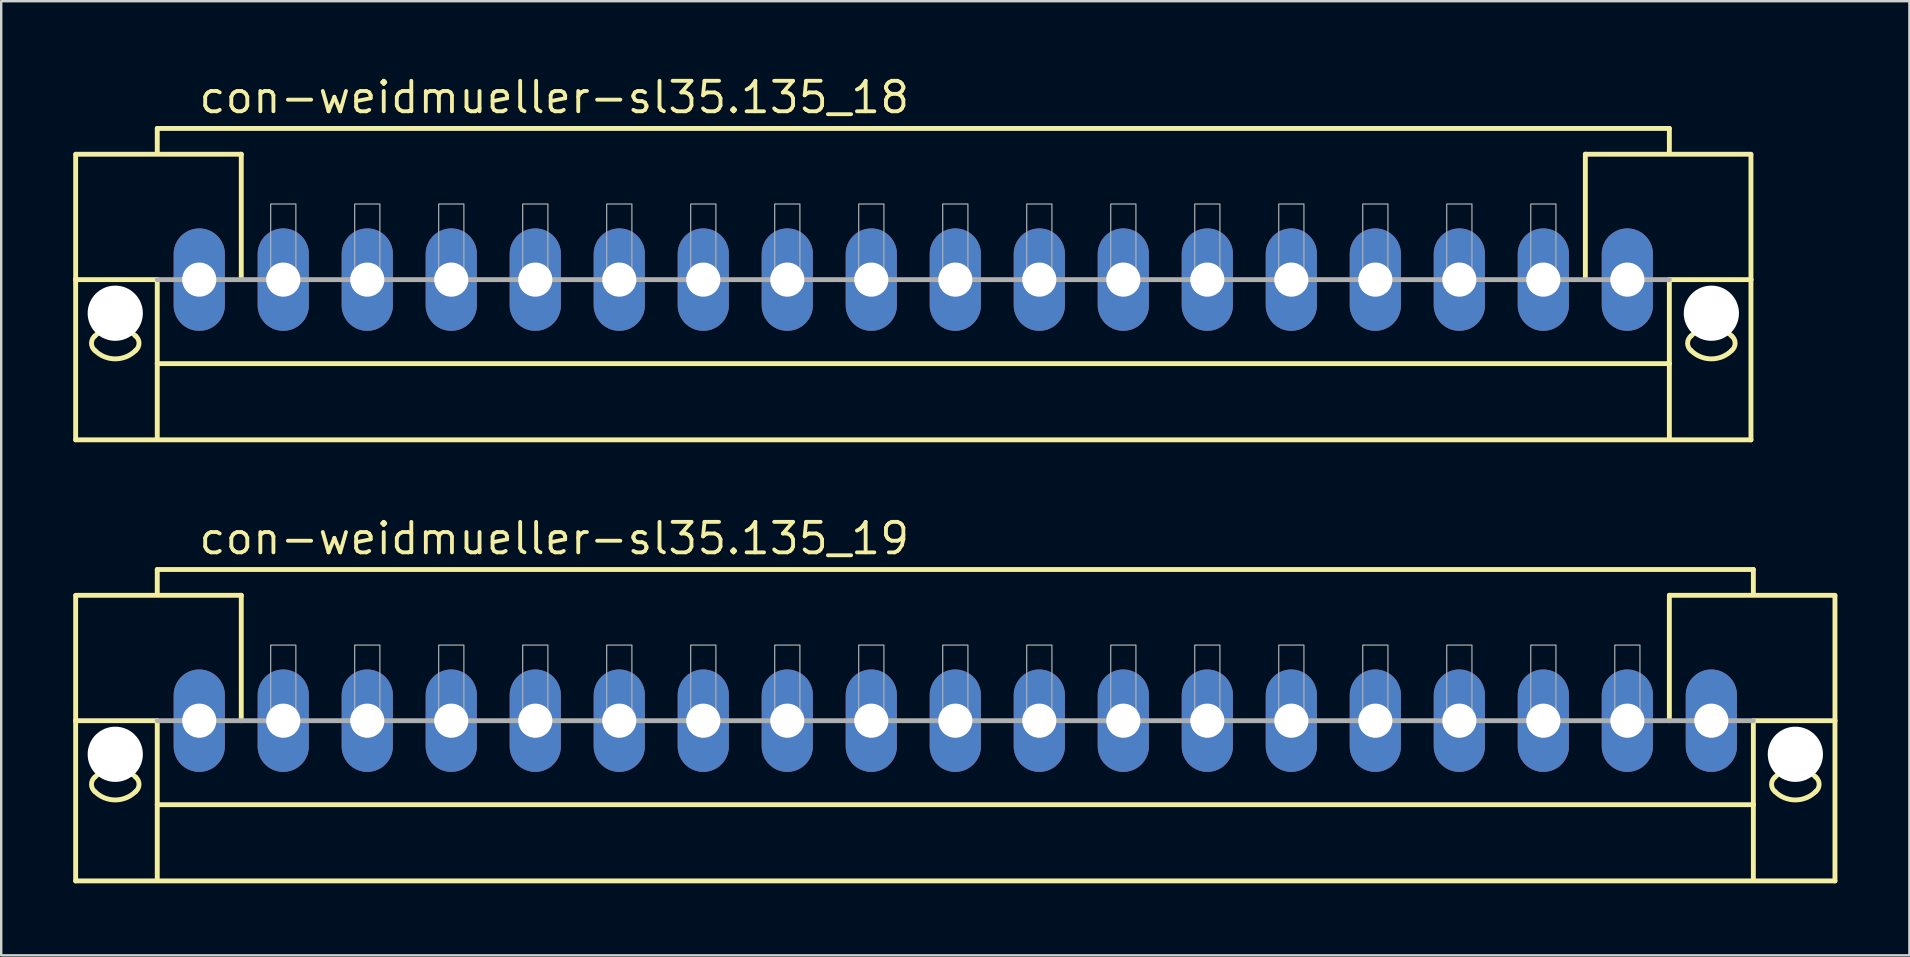
<source format=kicad_pcb>
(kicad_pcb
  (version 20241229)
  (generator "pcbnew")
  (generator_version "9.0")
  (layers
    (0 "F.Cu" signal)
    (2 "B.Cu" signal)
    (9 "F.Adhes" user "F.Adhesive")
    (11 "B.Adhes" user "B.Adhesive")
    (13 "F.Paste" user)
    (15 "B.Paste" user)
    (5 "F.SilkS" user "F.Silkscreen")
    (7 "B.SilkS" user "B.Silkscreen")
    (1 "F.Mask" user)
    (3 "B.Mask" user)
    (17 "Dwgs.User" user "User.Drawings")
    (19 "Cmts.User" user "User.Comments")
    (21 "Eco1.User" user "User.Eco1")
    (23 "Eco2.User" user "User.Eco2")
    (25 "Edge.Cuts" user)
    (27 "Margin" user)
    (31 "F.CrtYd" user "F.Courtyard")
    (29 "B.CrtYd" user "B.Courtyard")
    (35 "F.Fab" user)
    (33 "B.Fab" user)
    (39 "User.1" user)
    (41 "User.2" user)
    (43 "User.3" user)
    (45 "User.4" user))
  (footprint "con-weidmueller-sl35.135_18"
    (layer "F.Cu")
    (at 35.002 8.6)
    (property "Reference" "con-weidmueller-sl35.135_18" (at -29.85 -6.85 0) (layer "F.SilkS") (effects (font (size 1.27 1.27) (thickness 0.16)) (justify left bottom)))
    (attr through_hole)
    (fp_line (start -34.9 -5.225) (end -28 -5.225) (stroke (width 0.203) (type default)) (layer "F.SilkS"))
    (fp_line (start -34.9 -5.2) (end -34.9 0) (stroke (width 0.203) (type default)) (layer "F.SilkS"))
    (fp_line (start -34.9 0) (end -34.9 6.675) (stroke (width 0.203) (type default)) (layer "F.SilkS"))
    (fp_line (start -34.9 0) (end -31.5 0) (stroke (width 0.203) (type default)) (layer "F.SilkS"))
    (fp_line (start -34.9 6.675) (end 34.9 6.675) (stroke (width 0.203) (type default)) (layer "F.SilkS"))
    (fp_line (start -31.5 -6.3) (end 31.5 -6.3) (stroke (width 0.203) (type default)) (layer "F.SilkS"))
    (fp_line (start -31.5 -5.3) (end -31.5 -6.3) (stroke (width 0.203) (type default)) (layer "F.SilkS"))
    (fp_line (start -31.5 0) (end -31.5 3.5) (stroke (width 0.203) (type default)) (layer "F.SilkS"))
    (fp_line (start -31.5 3.5) (end 31.5 3.5) (stroke (width 0.203) (type default)) (layer "F.SilkS"))
    (fp_line (start -31.5 6.65) (end -31.5 3.5) (stroke (width 0.203) (type default)) (layer "F.SilkS"))
    (fp_line (start -28 -5.225) (end -28 -5.2) (stroke (width 0.203) (type default)) (layer "F.SilkS"))
    (fp_line (start -28 -5.175) (end -28 0) (stroke (width 0.203) (type default)) (layer "F.SilkS"))
    (fp_line (start 28 -5.225) (end 34.9 -5.225) (stroke (width 0.203) (type default)) (layer "F.SilkS"))
    (fp_line (start 28 -5.2) (end 28 -5.225) (stroke (width 0.203) (type default)) (layer "F.SilkS"))
    (fp_line (start 28 0) (end 28 -5.175) (stroke (width 0.203) (type default)) (layer "F.SilkS"))
    (fp_line (start 31.5 -6.3) (end 31.5 -5.3) (stroke (width 0.203) (type default)) (layer "F.SilkS"))
    (fp_line (start 31.5 3.5) (end 31.5 0) (stroke (width 0.203) (type default)) (layer "F.SilkS"))
    (fp_line (start 31.5 6.65) (end 31.5 3.5) (stroke (width 0.203) (type default)) (layer "F.SilkS"))
    (fp_line (start 34.9 0) (end 31.5 0) (stroke (width 0.203) (type default)) (layer "F.SilkS"))
    (fp_line (start 34.9 0) (end 34.9 -5.2) (stroke (width 0.203) (type default)) (layer "F.SilkS"))
    (fp_line (start 34.9 6.675) (end 34.9 0) (stroke (width 0.203) (type default)) (layer "F.SilkS"))
    (fp_arc (start -34.1 2.35) (mid -33.25 1.997918) (end -32.4 2.35) (stroke (width 0.2032) (type default)) (layer "F.SilkS"))
    (fp_arc (start -34.1 2.95) (mid -34.240512 2.65) (end -34.1 2.35) (stroke (width 0.2032) (type default)) (layer "F.SilkS"))
    (fp_arc (start -32.4 2.35) (mid -32.259488 2.65) (end -32.4 2.95) (stroke (width 0.2032) (type default)) (layer "F.SilkS"))
    (fp_arc (start -32.4 2.95) (mid -33.25 3.302082) (end -34.1 2.95) (stroke (width 0.2032) (type default)) (layer "F.SilkS"))
    (fp_arc (start 32.4 2.35) (mid 33.25 1.997918) (end 34.1 2.35) (stroke (width 0.2032) (type default)) (layer "F.SilkS"))
    (fp_arc (start 32.4 2.95) (mid 32.259488 2.65) (end 32.4 2.35) (stroke (width 0.2032) (type default)) (layer "F.SilkS"))
    (fp_arc (start 34.1 2.35) (mid 34.240512 2.65) (end 34.1 2.95) (stroke (width 0.2032) (type default)) (layer "F.SilkS"))
    (fp_arc (start 34.1 2.95) (mid 33.25 3.302082) (end 32.4 2.95) (stroke (width 0.2032) (type default)) (layer "F.SilkS"))
    (fp_line (start 31.5 0) (end -31.5 0) (stroke (width 0.203) (type default)) (layer "F.Fab"))
    (fp_rect (start -26.775 0) (end -25.725 -3.15) (stroke (width 0.05) (type default)) (fill no) (layer "F.Fab"))
    (fp_rect (start -23.275 0) (end -22.225 -3.15) (stroke (width 0.05) (type default)) (fill no) (layer "F.Fab"))
    (fp_rect (start -19.775 0) (end -18.725 -3.15) (stroke (width 0.05) (type default)) (fill no) (layer "F.Fab"))
    (fp_rect (start -16.275 0) (end -15.225 -3.15) (stroke (width 0.05) (type default)) (fill no) (layer "F.Fab"))
    (fp_rect (start -12.775 0) (end -11.725 -3.15) (stroke (width 0.05) (type default)) (fill no) (layer "F.Fab"))
    (fp_rect (start -9.275 0) (end -8.225 -3.15) (stroke (width 0.05) (type default)) (fill no) (layer "F.Fab"))
    (fp_rect (start -5.775 0) (end -4.725 -3.15) (stroke (width 0.05) (type default)) (fill no) (layer "F.Fab"))
    (fp_rect (start -2.275 0) (end -1.225 -3.15) (stroke (width 0.05) (type default)) (fill no) (layer "F.Fab"))
    (fp_rect (start 1.225 0) (end 2.275 -3.15) (stroke (width 0.05) (type default)) (fill no) (layer "F.Fab"))
    (fp_rect (start 4.725 0) (end 5.775 -3.15) (stroke (width 0.05) (type default)) (fill no) (layer "F.Fab"))
    (fp_rect (start 8.225 0) (end 9.275 -3.15) (stroke (width 0.05) (type default)) (fill no) (layer "F.Fab"))
    (fp_rect (start 11.725 0) (end 12.775 -3.15) (stroke (width 0.05) (type default)) (fill no) (layer "F.Fab"))
    (fp_rect (start 15.225 0) (end 16.275 -3.15) (stroke (width 0.05) (type default)) (fill no) (layer "F.Fab"))
    (fp_rect (start 18.725 0) (end 19.775 -3.15) (stroke (width 0.05) (type default)) (fill no) (layer "F.Fab"))
    (fp_rect (start 22.225 0) (end 23.275 -3.15) (stroke (width 0.05) (type default)) (fill no) (layer "F.Fab"))
    (fp_rect (start 25.725 0) (end 26.775 -3.15) (stroke (width 0.05) (type default)) (fill no) (layer "F.Fab"))
    (pad "" np_thru_hole circle (at -33.25 1.4) (size 2.3 2.3) (drill 2.3) (layers "*.Cu" "*.Mask"))
    (pad "" np_thru_hole circle (at 33.25 1.4) (size 2.3 2.3) (drill 2.3) (layers "*.Cu" "*.Mask"))
    (pad "1" thru_hole oval (at -29.75 0 90) (size 4.267 2.134) (drill 1.422) (layers "*.Cu" "*.Mask"))
    (pad "2" thru_hole oval (at -26.25 0 90) (size 4.267 2.134) (drill 1.422) (layers "*.Cu" "*.Mask"))
    (pad "3" thru_hole oval (at -22.75 0 90) (size 4.267 2.134) (drill 1.422) (layers "*.Cu" "*.Mask"))
    (pad "4" thru_hole oval (at -19.25 0 90) (size 4.267 2.134) (drill 1.422) (layers "*.Cu" "*.Mask"))
    (pad "5" thru_hole oval (at -15.75 0 90) (size 4.267 2.134) (drill 1.422) (layers "*.Cu" "*.Mask"))
    (pad "6" thru_hole oval (at -12.25 0 90) (size 4.267 2.134) (drill 1.422) (layers "*.Cu" "*.Mask"))
    (pad "7" thru_hole oval (at -8.75 0 90) (size 4.267 2.134) (drill 1.422) (layers "*.Cu" "*.Mask"))
    (pad "8" thru_hole oval (at -5.25 0 90) (size 4.267 2.134) (drill 1.422) (layers "*.Cu" "*.Mask"))
    (pad "9" thru_hole oval (at -1.75 0 90) (size 4.267 2.134) (drill 1.422) (layers "*.Cu" "*.Mask"))
    (pad "10" thru_hole oval (at 1.75 0 90) (size 4.267 2.134) (drill 1.422) (layers "*.Cu" "*.Mask"))
    (pad "11" thru_hole oval (at 5.25 0 90) (size 4.267 2.134) (drill 1.422) (layers "*.Cu" "*.Mask"))
    (pad "12" thru_hole oval (at 8.75 0 90) (size 4.267 2.134) (drill 1.422) (layers "*.Cu" "*.Mask"))
    (pad "13" thru_hole oval (at 12.25 0 90) (size 4.267 2.134) (drill 1.422) (layers "*.Cu" "*.Mask"))
    (pad "14" thru_hole oval (at 15.75 0 90) (size 4.267 2.134) (drill 1.422) (layers "*.Cu" "*.Mask"))
    (pad "15" thru_hole oval (at 19.25 0 90) (size 4.267 2.134) (drill 1.422) (layers "*.Cu" "*.Mask"))
    (pad "16" thru_hole oval (at 22.75 0 90) (size 4.267 2.134) (drill 1.422) (layers "*.Cu" "*.Mask"))
    (pad "17" thru_hole oval (at 26.25 0 90) (size 4.267 2.134) (drill 1.422) (layers "*.Cu" "*.Mask"))
    (pad "18" thru_hole oval (at 29.75 0 90) (size 4.267 2.134) (drill 1.422) (layers "*.Cu" "*.Mask")))
  (footprint "con-weidmueller-sl35.135_19"
    (layer "F.Cu")
    (at 36.752 26.977)
    (property "Reference" "con-weidmueller-sl35.135_19" (at -31.6 -6.85 0) (layer "F.SilkS") (effects (font (size 1.27 1.27) (thickness 0.16)) (justify left bottom)))
    (attr through_hole)
    (fp_line (start -36.65 -5.225) (end -29.75 -5.225) (stroke (width 0.203) (type default)) (layer "F.SilkS"))
    (fp_line (start -36.65 -5.2) (end -36.65 0) (stroke (width 0.203) (type default)) (layer "F.SilkS"))
    (fp_line (start -36.65 0) (end -36.65 6.675) (stroke (width 0.203) (type default)) (layer "F.SilkS"))
    (fp_line (start -36.65 0) (end -33.25 0) (stroke (width 0.203) (type default)) (layer "F.SilkS"))
    (fp_line (start -36.65 6.675) (end 36.65 6.675) (stroke (width 0.203) (type default)) (layer "F.SilkS"))
    (fp_line (start -33.25 -6.3) (end 33.25 -6.3) (stroke (width 0.203) (type default)) (layer "F.SilkS"))
    (fp_line (start -33.25 -5.3) (end -33.25 -6.3) (stroke (width 0.203) (type default)) (layer "F.SilkS"))
    (fp_line (start -33.25 0) (end -33.25 3.5) (stroke (width 0.203) (type default)) (layer "F.SilkS"))
    (fp_line (start -33.25 3.5) (end 33.25 3.5) (stroke (width 0.203) (type default)) (layer "F.SilkS"))
    (fp_line (start -33.25 6.65) (end -33.25 3.5) (stroke (width 0.203) (type default)) (layer "F.SilkS"))
    (fp_line (start -29.75 -5.225) (end -29.75 -5.2) (stroke (width 0.203) (type default)) (layer "F.SilkS"))
    (fp_line (start -29.75 -5.175) (end -29.75 0) (stroke (width 0.203) (type default)) (layer "F.SilkS"))
    (fp_line (start 29.75 -5.225) (end 36.65 -5.225) (stroke (width 0.203) (type default)) (layer "F.SilkS"))
    (fp_line (start 29.75 -5.2) (end 29.75 -5.225) (stroke (width 0.203) (type default)) (layer "F.SilkS"))
    (fp_line (start 29.75 0) (end 29.75 -5.175) (stroke (width 0.203) (type default)) (layer "F.SilkS"))
    (fp_line (start 33.25 -6.3) (end 33.25 -5.3) (stroke (width 0.203) (type default)) (layer "F.SilkS"))
    (fp_line (start 33.25 3.5) (end 33.25 0) (stroke (width 0.203) (type default)) (layer "F.SilkS"))
    (fp_line (start 33.25 6.65) (end 33.25 3.5) (stroke (width 0.203) (type default)) (layer "F.SilkS"))
    (fp_line (start 36.65 0) (end 33.25 0) (stroke (width 0.203) (type default)) (layer "F.SilkS"))
    (fp_line (start 36.65 0) (end 36.65 -5.2) (stroke (width 0.203) (type default)) (layer "F.SilkS"))
    (fp_line (start 36.65 6.675) (end 36.65 0) (stroke (width 0.203) (type default)) (layer "F.SilkS"))
    (fp_arc (start -35.85 2.35) (mid -35 1.997918) (end -34.15 2.35) (stroke (width 0.2032) (type default)) (layer "F.SilkS"))
    (fp_arc (start -35.85 2.95) (mid -35.990512 2.65) (end -35.85 2.35) (stroke (width 0.2032) (type default)) (layer "F.SilkS"))
    (fp_arc (start -34.15 2.35) (mid -34.009488 2.65) (end -34.15 2.95) (stroke (width 0.2032) (type default)) (layer "F.SilkS"))
    (fp_arc (start -34.15 2.95) (mid -35 3.302082) (end -35.85 2.95) (stroke (width 0.2032) (type default)) (layer "F.SilkS"))
    (fp_arc (start 34.15 2.35) (mid 35 1.997918) (end 35.85 2.35) (stroke (width 0.2032) (type default)) (layer "F.SilkS"))
    (fp_arc (start 34.15 2.95) (mid 34.009488 2.65) (end 34.15 2.35) (stroke (width 0.2032) (type default)) (layer "F.SilkS"))
    (fp_arc (start 35.85 2.35) (mid 35.990512 2.65) (end 35.85 2.95) (stroke (width 0.2032) (type default)) (layer "F.SilkS"))
    (fp_arc (start 35.85 2.95) (mid 35 3.302082) (end 34.15 2.95) (stroke (width 0.2032) (type default)) (layer "F.SilkS"))
    (fp_line (start 33.25 0) (end -33.25 0) (stroke (width 0.203) (type default)) (layer "F.Fab"))
    (fp_rect (start -28.525 0) (end -27.475 -3.15) (stroke (width 0.05) (type default)) (fill no) (layer "F.Fab"))
    (fp_rect (start -25.025 0) (end -23.975 -3.15) (stroke (width 0.05) (type default)) (fill no) (layer "F.Fab"))
    (fp_rect (start -21.525 0) (end -20.475 -3.15) (stroke (width 0.05) (type default)) (fill no) (layer "F.Fab"))
    (fp_rect (start -18.025 0) (end -16.975 -3.15) (stroke (width 0.05) (type default)) (fill no) (layer "F.Fab"))
    (fp_rect (start -14.525 0) (end -13.475 -3.15) (stroke (width 0.05) (type default)) (fill no) (layer "F.Fab"))
    (fp_rect (start -11.025 0) (end -9.975 -3.15) (stroke (width 0.05) (type default)) (fill no) (layer "F.Fab"))
    (fp_rect (start -7.525 0) (end -6.475 -3.15) (stroke (width 0.05) (type default)) (fill no) (layer "F.Fab"))
    (fp_rect (start -4.025 0) (end -2.975 -3.15) (stroke (width 0.05) (type default)) (fill no) (layer "F.Fab"))
    (fp_rect (start -0.525 0) (end 0.525 -3.15) (stroke (width 0.05) (type default)) (fill no) (layer "F.Fab"))
    (fp_rect (start 2.975 0) (end 4.025 -3.15) (stroke (width 0.05) (type default)) (fill no) (layer "F.Fab"))
    (fp_rect (start 6.475 0) (end 7.525 -3.15) (stroke (width 0.05) (type default)) (fill no) (layer "F.Fab"))
    (fp_rect (start 9.975 0) (end 11.025 -3.15) (stroke (width 0.05) (type default)) (fill no) (layer "F.Fab"))
    (fp_rect (start 13.475 0) (end 14.525 -3.15) (stroke (width 0.05) (type default)) (fill no) (layer "F.Fab"))
    (fp_rect (start 16.975 0) (end 18.025 -3.15) (stroke (width 0.05) (type default)) (fill no) (layer "F.Fab"))
    (fp_rect (start 20.475 0) (end 21.525 -3.15) (stroke (width 0.05) (type default)) (fill no) (layer "F.Fab"))
    (fp_rect (start 23.975 0) (end 25.025 -3.15) (stroke (width 0.05) (type default)) (fill no) (layer "F.Fab"))
    (fp_rect (start 27.475 0) (end 28.525 -3.15) (stroke (width 0.05) (type default)) (fill no) (layer "F.Fab"))
    (pad "" np_thru_hole circle (at -35 1.4) (size 2.3 2.3) (drill 2.3) (layers "*.Cu" "*.Mask"))
    (pad "" np_thru_hole circle (at 35 1.4) (size 2.3 2.3) (drill 2.3) (layers "*.Cu" "*.Mask"))
    (pad "1" thru_hole oval (at -31.5 0 90) (size 4.267 2.134) (drill 1.422) (layers "*.Cu" "*.Mask"))
    (pad "2" thru_hole oval (at -28 0 90) (size 4.267 2.134) (drill 1.422) (layers "*.Cu" "*.Mask"))
    (pad "3" thru_hole oval (at -24.5 0 90) (size 4.267 2.134) (drill 1.422) (layers "*.Cu" "*.Mask"))
    (pad "4" thru_hole oval (at -21 0 90) (size 4.267 2.134) (drill 1.422) (layers "*.Cu" "*.Mask"))
    (pad "5" thru_hole oval (at -17.5 0 90) (size 4.267 2.134) (drill 1.422) (layers "*.Cu" "*.Mask"))
    (pad "6" thru_hole oval (at -14 0 90) (size 4.267 2.134) (drill 1.422) (layers "*.Cu" "*.Mask"))
    (pad "7" thru_hole oval (at -10.5 0 90) (size 4.267 2.134) (drill 1.422) (layers "*.Cu" "*.Mask"))
    (pad "8" thru_hole oval (at -7 0 90) (size 4.267 2.134) (drill 1.422) (layers "*.Cu" "*.Mask"))
    (pad "9" thru_hole oval (at -3.5 0 90) (size 4.267 2.134) (drill 1.422) (layers "*.Cu" "*.Mask"))
    (pad "10" thru_hole oval (at 0 0 90) (size 4.267 2.134) (drill 1.422) (layers "*.Cu" "*.Mask"))
    (pad "11" thru_hole oval (at 3.5 0 90) (size 4.267 2.134) (drill 1.422) (layers "*.Cu" "*.Mask"))
    (pad "12" thru_hole oval (at 7 0 90) (size 4.267 2.134) (drill 1.422) (layers "*.Cu" "*.Mask"))
    (pad "13" thru_hole oval (at 10.5 0 90) (size 4.267 2.134) (drill 1.422) (layers "*.Cu" "*.Mask"))
    (pad "14" thru_hole oval (at 14 0 90) (size 4.267 2.134) (drill 1.422) (layers "*.Cu" "*.Mask"))
    (pad "15" thru_hole oval (at 17.5 0 90) (size 4.267 2.134) (drill 1.422) (layers "*.Cu" "*.Mask"))
    (pad "16" thru_hole oval (at 21 0 90) (size 4.267 2.134) (drill 1.422) (layers "*.Cu" "*.Mask"))
    (pad "17" thru_hole oval (at 24.5 0 90) (size 4.267 2.134) (drill 1.422) (layers "*.Cu" "*.Mask"))
    (pad "18" thru_hole oval (at 28 0 90) (size 4.267 2.134) (drill 1.422) (layers "*.Cu" "*.Mask"))
    (pad "19" thru_hole oval (at 31.5 0 90) (size 4.267 2.134) (drill 1.422) (layers "*.Cu" "*.Mask")))
  (gr_rect
    (start -3 -3)
    (end 76.503 36.753)
    (stroke (width 0.1) (type default))
    (fill no)
    (layer "Edge.Cuts")))
</source>
